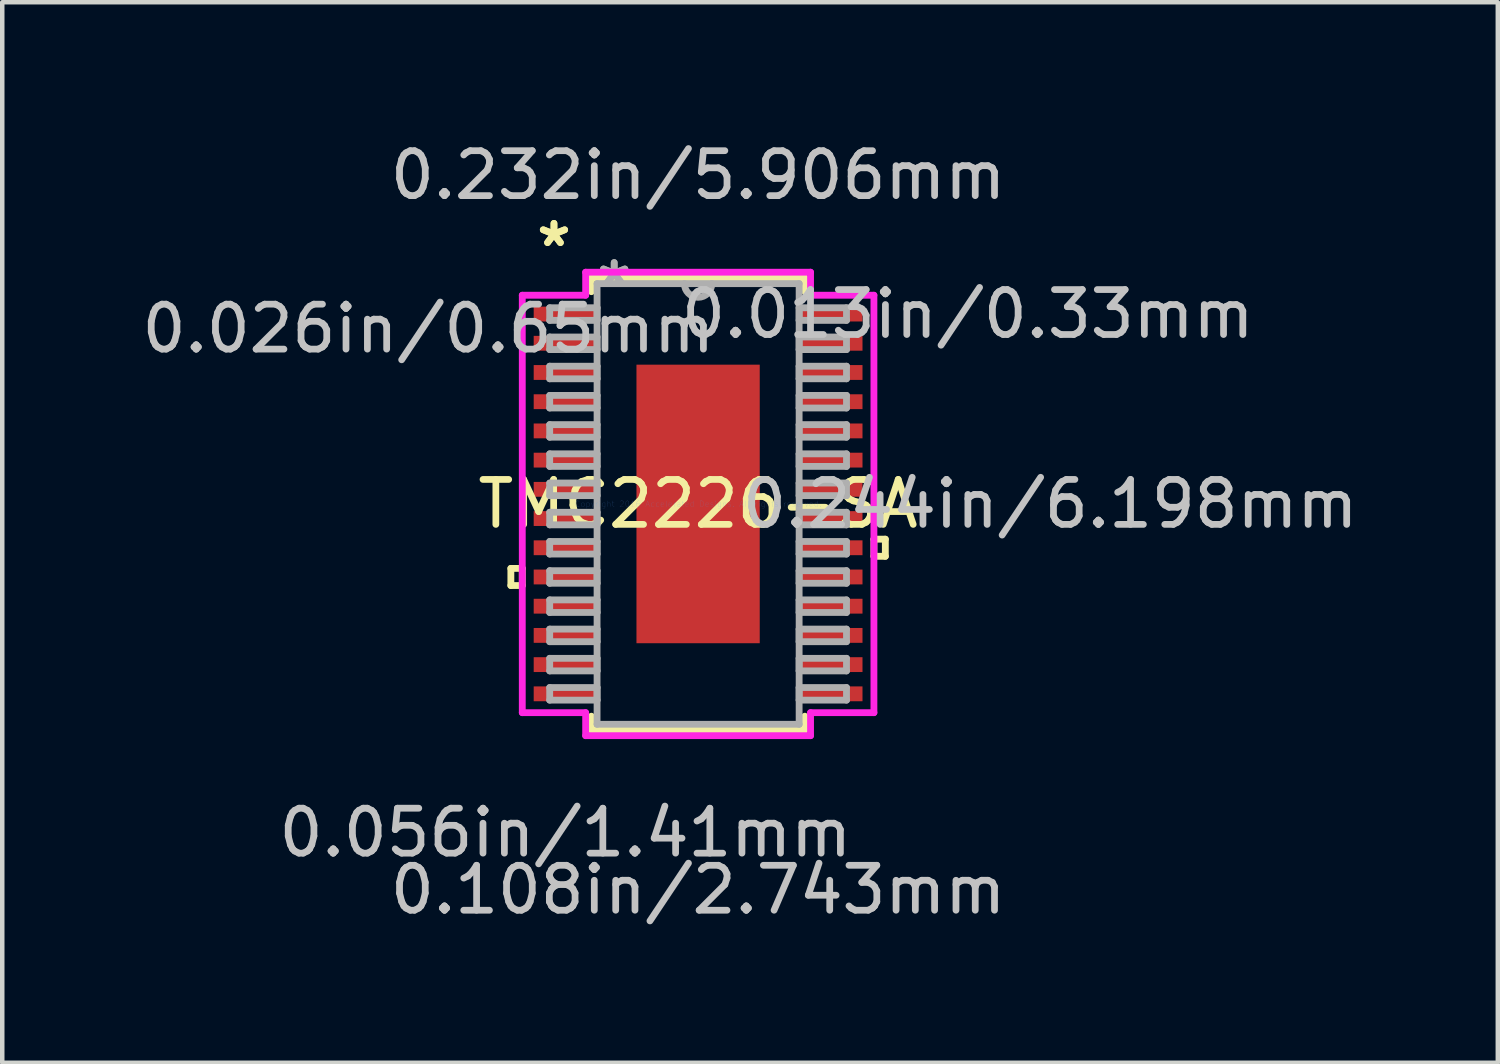
<source format=kicad_pcb>
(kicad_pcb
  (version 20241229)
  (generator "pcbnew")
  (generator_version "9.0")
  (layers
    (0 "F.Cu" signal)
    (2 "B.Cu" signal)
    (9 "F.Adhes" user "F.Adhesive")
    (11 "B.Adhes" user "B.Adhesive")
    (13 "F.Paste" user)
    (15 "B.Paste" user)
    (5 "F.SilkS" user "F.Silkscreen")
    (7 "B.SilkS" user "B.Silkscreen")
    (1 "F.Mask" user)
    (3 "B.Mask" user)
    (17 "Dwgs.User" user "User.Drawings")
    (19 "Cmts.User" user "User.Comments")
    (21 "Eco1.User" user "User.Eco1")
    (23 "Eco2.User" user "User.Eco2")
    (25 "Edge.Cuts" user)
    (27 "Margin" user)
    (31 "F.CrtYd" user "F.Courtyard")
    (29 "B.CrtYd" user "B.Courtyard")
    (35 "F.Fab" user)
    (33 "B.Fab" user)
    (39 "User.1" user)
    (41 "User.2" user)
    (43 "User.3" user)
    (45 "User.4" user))
  (footprint "TMC2226-SA"
    (layer "F.Cu")
    (at 12.483 8.163)
    (property "Reference" "TMC2226-SA" (at 0 0 0) (layer "F.SilkS") (effects (font (size 1 1) (thickness 0.15))))
    (attr through_hole)
    (fp_line (start -4.166 1.434) (end -4.166 1.815) (stroke (width 0.152) (type solid)) (layer "F.SilkS"))
    (fp_line (start -4.166 1.815) (end -3.912 1.815) (stroke (width 0.152) (type solid)) (layer "F.SilkS"))
    (fp_line (start -3.912 1.434) (end -4.166 1.434) (stroke (width 0.152) (type solid)) (layer "F.SilkS"))
    (fp_line (start -3.912 1.815) (end -3.912 1.434) (stroke (width 0.152) (type solid)) (layer "F.SilkS"))
    (fp_line (start -2.375 -5.029) (end -2.375 -4.723) (stroke (width 0.152) (type solid)) (layer "F.SilkS"))
    (fp_line (start -2.375 4.723) (end -2.375 5.029) (stroke (width 0.152) (type solid)) (layer "F.SilkS"))
    (fp_line (start -2.375 5.029) (end 2.375 5.029) (stroke (width 0.152) (type solid)) (layer "F.SilkS"))
    (fp_line (start 2.375 -5.029) (end -2.375 -5.029) (stroke (width 0.152) (type solid)) (layer "F.SilkS"))
    (fp_line (start 2.375 -4.723) (end 2.375 -5.029) (stroke (width 0.152) (type solid)) (layer "F.SilkS"))
    (fp_line (start 2.375 5.029) (end 2.375 4.723) (stroke (width 0.152) (type solid)) (layer "F.SilkS"))
    (fp_line (start 3.912 0.784) (end 4.166 0.784) (stroke (width 0.152) (type solid)) (layer "F.SilkS"))
    (fp_line (start 3.912 1.165) (end 3.912 0.784) (stroke (width 0.152) (type solid)) (layer "F.SilkS"))
    (fp_line (start 4.166 0.784) (end 4.166 1.165) (stroke (width 0.152) (type solid)) (layer "F.SilkS"))
    (fp_line (start 4.166 1.165) (end 3.912 1.165) (stroke (width 0.152) (type solid)) (layer "F.SilkS"))
    (fp_line (start -1.272 -2.999) (end -1.272 -1.649) (stroke (width 0.152) (type solid)) (layer "F.Paste"))
    (fp_line (start -1.272 -1.649) (end -0.1 -1.649) (stroke (width 0.152) (type solid)) (layer "F.Paste"))
    (fp_line (start -1.272 -1.449) (end -1.272 -0.1) (stroke (width 0.152) (type solid)) (layer "F.Paste"))
    (fp_line (start -1.272 -0.1) (end -0.1 -0.1) (stroke (width 0.152) (type solid)) (layer "F.Paste"))
    (fp_line (start -1.272 0.1) (end -1.272 1.449) (stroke (width 0.152) (type solid)) (layer "F.Paste"))
    (fp_line (start -1.272 1.449) (end -0.1 1.449) (stroke (width 0.152) (type solid)) (layer "F.Paste"))
    (fp_line (start -1.272 1.649) (end -1.272 2.999) (stroke (width 0.152) (type solid)) (layer "F.Paste"))
    (fp_line (start -1.272 2.999) (end -0.1 2.999) (stroke (width 0.152) (type solid)) (layer "F.Paste"))
    (fp_line (start -0.1 -2.999) (end -1.272 -2.999) (stroke (width 0.152) (type solid)) (layer "F.Paste"))
    (fp_line (start -0.1 -1.649) (end -0.1 -2.999) (stroke (width 0.152) (type solid)) (layer "F.Paste"))
    (fp_line (start -0.1 -1.449) (end -1.272 -1.449) (stroke (width 0.152) (type solid)) (layer "F.Paste"))
    (fp_line (start -0.1 -0.1) (end -0.1 -1.449) (stroke (width 0.152) (type solid)) (layer "F.Paste"))
    (fp_line (start -0.1 0.1) (end -1.272 0.1) (stroke (width 0.152) (type solid)) (layer "F.Paste"))
    (fp_line (start -0.1 1.449) (end -0.1 0.1) (stroke (width 0.152) (type solid)) (layer "F.Paste"))
    (fp_line (start -0.1 1.649) (end -1.272 1.649) (stroke (width 0.152) (type solid)) (layer "F.Paste"))
    (fp_line (start -0.1 2.999) (end -0.1 1.649) (stroke (width 0.152) (type solid)) (layer "F.Paste"))
    (fp_line (start 0.1 -2.999) (end 0.1 -1.649) (stroke (width 0.152) (type solid)) (layer "F.Paste"))
    (fp_line (start 0.1 -1.649) (end 1.272 -1.649) (stroke (width 0.152) (type solid)) (layer "F.Paste"))
    (fp_line (start 0.1 -1.449) (end 0.1 -0.1) (stroke (width 0.152) (type solid)) (layer "F.Paste"))
    (fp_line (start 0.1 -0.1) (end 1.272 -0.1) (stroke (width 0.152) (type solid)) (layer "F.Paste"))
    (fp_line (start 0.1 0.1) (end 0.1 1.449) (stroke (width 0.152) (type solid)) (layer "F.Paste"))
    (fp_line (start 0.1 1.449) (end 1.272 1.449) (stroke (width 0.152) (type solid)) (layer "F.Paste"))
    (fp_line (start 0.1 1.649) (end 0.1 2.999) (stroke (width 0.152) (type solid)) (layer "F.Paste"))
    (fp_line (start 0.1 2.999) (end 1.272 2.999) (stroke (width 0.152) (type solid)) (layer "F.Paste"))
    (fp_line (start 1.272 -2.999) (end 0.1 -2.999) (stroke (width 0.152) (type solid)) (layer "F.Paste"))
    (fp_line (start 1.272 -1.649) (end 1.272 -2.999) (stroke (width 0.152) (type solid)) (layer "F.Paste"))
    (fp_line (start 1.272 -1.449) (end 0.1 -1.449) (stroke (width 0.152) (type solid)) (layer "F.Paste"))
    (fp_line (start 1.272 -0.1) (end 1.272 -1.449) (stroke (width 0.152) (type solid)) (layer "F.Paste"))
    (fp_line (start 1.272 0.1) (end 0.1 0.1) (stroke (width 0.152) (type solid)) (layer "F.Paste"))
    (fp_line (start 1.272 1.449) (end 1.272 0.1) (stroke (width 0.152) (type solid)) (layer "F.Paste"))
    (fp_line (start 1.272 1.649) (end 0.1 1.649) (stroke (width 0.152) (type solid)) (layer "F.Paste"))
    (fp_line (start 1.272 2.999) (end 1.272 1.649) (stroke (width 0.152) (type solid)) (layer "F.Paste"))
    (fp_line (start -3.912 -4.644) (end -2.502 -4.644) (stroke (width 0.152) (type solid)) (layer "F.CrtYd"))
    (fp_line (start -3.912 4.644) (end -3.912 -4.644) (stroke (width 0.152) (type solid)) (layer "F.CrtYd"))
    (fp_line (start -2.502 -5.156) (end 2.502 -5.156) (stroke (width 0.152) (type solid)) (layer "F.CrtYd"))
    (fp_line (start -2.502 -4.644) (end -2.502 -5.156) (stroke (width 0.152) (type solid)) (layer "F.CrtYd"))
    (fp_line (start -2.502 4.644) (end -3.912 4.644) (stroke (width 0.152) (type solid)) (layer "F.CrtYd"))
    (fp_line (start -2.502 5.156) (end -2.502 4.644) (stroke (width 0.152) (type solid)) (layer "F.CrtYd"))
    (fp_line (start 2.502 -5.156) (end 2.502 -4.644) (stroke (width 0.152) (type solid)) (layer "F.CrtYd"))
    (fp_line (start 2.502 -4.644) (end 3.912 -4.644) (stroke (width 0.152) (type solid)) (layer "F.CrtYd"))
    (fp_line (start 2.502 4.644) (end 2.502 5.156) (stroke (width 0.152) (type solid)) (layer "F.CrtYd"))
    (fp_line (start 2.502 5.156) (end -2.502 5.156) (stroke (width 0.152) (type solid)) (layer "F.CrtYd"))
    (fp_line (start 3.912 -4.644) (end 3.912 4.644) (stroke (width 0.152) (type solid)) (layer "F.CrtYd"))
    (fp_line (start 3.912 4.644) (end 2.502 4.644) (stroke (width 0.152) (type solid)) (layer "F.CrtYd"))
    (fp_line (start -3.302 -4.365) (end -3.302 -4.085) (stroke (width 0.152) (type solid)) (layer "F.Fab"))
    (fp_line (start -3.302 -4.085) (end -2.248 -4.085) (stroke (width 0.152) (type solid)) (layer "F.Fab"))
    (fp_line (start -3.302 -3.715) (end -3.302 -3.435) (stroke (width 0.152) (type solid)) (layer "F.Fab"))
    (fp_line (start -3.302 -3.435) (end -2.248 -3.435) (stroke (width 0.152) (type solid)) (layer "F.Fab"))
    (fp_line (start -3.302 -3.065) (end -3.302 -2.785) (stroke (width 0.152) (type solid)) (layer "F.Fab"))
    (fp_line (start -3.302 -2.785) (end -2.248 -2.785) (stroke (width 0.152) (type solid)) (layer "F.Fab"))
    (fp_line (start -3.302 -2.415) (end -3.302 -2.135) (stroke (width 0.152) (type solid)) (layer "F.Fab"))
    (fp_line (start -3.302 -2.135) (end -2.248 -2.135) (stroke (width 0.152) (type solid)) (layer "F.Fab"))
    (fp_line (start -3.302 -1.765) (end -3.302 -1.485) (stroke (width 0.152) (type solid)) (layer "F.Fab"))
    (fp_line (start -3.302 -1.485) (end -2.248 -1.485) (stroke (width 0.152) (type solid)) (layer "F.Fab"))
    (fp_line (start -3.302 -1.115) (end -3.302 -0.835) (stroke (width 0.152) (type solid)) (layer "F.Fab"))
    (fp_line (start -3.302 -0.835) (end -2.248 -0.835) (stroke (width 0.152) (type solid)) (layer "F.Fab"))
    (fp_line (start -3.302 -0.465) (end -3.302 -0.185) (stroke (width 0.152) (type solid)) (layer "F.Fab"))
    (fp_line (start -3.302 -0.185) (end -2.248 -0.185) (stroke (width 0.152) (type solid)) (layer "F.Fab"))
    (fp_line (start -3.302 0.185) (end -3.302 0.465) (stroke (width 0.152) (type solid)) (layer "F.Fab"))
    (fp_line (start -3.302 0.465) (end -2.248 0.465) (stroke (width 0.152) (type solid)) (layer "F.Fab"))
    (fp_line (start -3.302 0.835) (end -3.302 1.115) (stroke (width 0.152) (type solid)) (layer "F.Fab"))
    (fp_line (start -3.302 1.115) (end -2.248 1.115) (stroke (width 0.152) (type solid)) (layer "F.Fab"))
    (fp_line (start -3.302 1.485) (end -3.302 1.765) (stroke (width 0.152) (type solid)) (layer "F.Fab"))
    (fp_line (start -3.302 1.765) (end -2.248 1.765) (stroke (width 0.152) (type solid)) (layer "F.Fab"))
    (fp_line (start -3.302 2.135) (end -3.302 2.415) (stroke (width 0.152) (type solid)) (layer "F.Fab"))
    (fp_line (start -3.302 2.415) (end -2.248 2.415) (stroke (width 0.152) (type solid)) (layer "F.Fab"))
    (fp_line (start -3.302 2.785) (end -3.302 3.065) (stroke (width 0.152) (type solid)) (layer "F.Fab"))
    (fp_line (start -3.302 3.065) (end -2.248 3.065) (stroke (width 0.152) (type solid)) (layer "F.Fab"))
    (fp_line (start -3.302 3.435) (end -3.302 3.715) (stroke (width 0.152) (type solid)) (layer "F.Fab"))
    (fp_line (start -3.302 3.715) (end -2.248 3.715) (stroke (width 0.152) (type solid)) (layer "F.Fab"))
    (fp_line (start -3.302 4.085) (end -3.302 4.365) (stroke (width 0.152) (type solid)) (layer "F.Fab"))
    (fp_line (start -3.302 4.365) (end -2.248 4.365) (stroke (width 0.152) (type solid)) (layer "F.Fab"))
    (fp_line (start -2.248 -4.902) (end -2.248 4.902) (stroke (width 0.152) (type solid)) (layer "F.Fab"))
    (fp_line (start -2.248 -4.365) (end -3.302 -4.365) (stroke (width 0.152) (type solid)) (layer "F.Fab"))
    (fp_line (start -2.248 -4.085) (end -2.248 -4.365) (stroke (width 0.152) (type solid)) (layer "F.Fab"))
    (fp_line (start -2.248 -3.715) (end -3.302 -3.715) (stroke (width 0.152) (type solid)) (layer "F.Fab"))
    (fp_line (start -2.248 -3.435) (end -2.248 -3.715) (stroke (width 0.152) (type solid)) (layer "F.Fab"))
    (fp_line (start -2.248 -3.065) (end -3.302 -3.065) (stroke (width 0.152) (type solid)) (layer "F.Fab"))
    (fp_line (start -2.248 -2.785) (end -2.248 -3.065) (stroke (width 0.152) (type solid)) (layer "F.Fab"))
    (fp_line (start -2.248 -2.415) (end -3.302 -2.415) (stroke (width 0.152) (type solid)) (layer "F.Fab"))
    (fp_line (start -2.248 -2.135) (end -2.248 -2.415) (stroke (width 0.152) (type solid)) (layer "F.Fab"))
    (fp_line (start -2.248 -1.765) (end -3.302 -1.765) (stroke (width 0.152) (type solid)) (layer "F.Fab"))
    (fp_line (start -2.248 -1.485) (end -2.248 -1.765) (stroke (width 0.152) (type solid)) (layer "F.Fab"))
    (fp_line (start -2.248 -1.115) (end -3.302 -1.115) (stroke (width 0.152) (type solid)) (layer "F.Fab"))
    (fp_line (start -2.248 -0.835) (end -2.248 -1.115) (stroke (width 0.152) (type solid)) (layer "F.Fab"))
    (fp_line (start -2.248 -0.465) (end -3.302 -0.465) (stroke (width 0.152) (type solid)) (layer "F.Fab"))
    (fp_line (start -2.248 -0.185) (end -2.248 -0.465) (stroke (width 0.152) (type solid)) (layer "F.Fab"))
    (fp_line (start -2.248 0.185) (end -3.302 0.185) (stroke (width 0.152) (type solid)) (layer "F.Fab"))
    (fp_line (start -2.248 0.465) (end -2.248 0.185) (stroke (width 0.152) (type solid)) (layer "F.Fab"))
    (fp_line (start -2.248 0.835) (end -3.302 0.835) (stroke (width 0.152) (type solid)) (layer "F.Fab"))
    (fp_line (start -2.248 1.115) (end -2.248 0.835) (stroke (width 0.152) (type solid)) (layer "F.Fab"))
    (fp_line (start -2.248 1.485) (end -3.302 1.485) (stroke (width 0.152) (type solid)) (layer "F.Fab"))
    (fp_line (start -2.248 1.765) (end -2.248 1.485) (stroke (width 0.152) (type solid)) (layer "F.Fab"))
    (fp_line (start -2.248 2.135) (end -3.302 2.135) (stroke (width 0.152) (type solid)) (layer "F.Fab"))
    (fp_line (start -2.248 2.415) (end -2.248 2.135) (stroke (width 0.152) (type solid)) (layer "F.Fab"))
    (fp_line (start -2.248 2.785) (end -3.302 2.785) (stroke (width 0.152) (type solid)) (layer "F.Fab"))
    (fp_line (start -2.248 3.065) (end -2.248 2.785) (stroke (width 0.152) (type solid)) (layer "F.Fab"))
    (fp_line (start -2.248 3.435) (end -3.302 3.435) (stroke (width 0.152) (type solid)) (layer "F.Fab"))
    (fp_line (start -2.248 3.715) (end -2.248 3.435) (stroke (width 0.152) (type solid)) (layer "F.Fab"))
    (fp_line (start -2.248 4.085) (end -3.302 4.085) (stroke (width 0.152) (type solid)) (layer "F.Fab"))
    (fp_line (start -2.248 4.365) (end -2.248 4.085) (stroke (width 0.152) (type solid)) (layer "F.Fab"))
    (fp_line (start -2.248 4.902) (end 2.248 4.902) (stroke (width 0.152) (type solid)) (layer "F.Fab"))
    (fp_line (start 2.248 -4.902) (end -2.248 -4.902) (stroke (width 0.152) (type solid)) (layer "F.Fab"))
    (fp_line (start 2.248 -4.365) (end 2.248 -4.085) (stroke (width 0.152) (type solid)) (layer "F.Fab"))
    (fp_line (start 2.248 -4.085) (end 3.302 -4.085) (stroke (width 0.152) (type solid)) (layer "F.Fab"))
    (fp_line (start 2.248 -3.715) (end 2.248 -3.435) (stroke (width 0.152) (type solid)) (layer "F.Fab"))
    (fp_line (start 2.248 -3.435) (end 3.302 -3.435) (stroke (width 0.152) (type solid)) (layer "F.Fab"))
    (fp_line (start 2.248 -3.065) (end 2.248 -2.785) (stroke (width 0.152) (type solid)) (layer "F.Fab"))
    (fp_line (start 2.248 -2.785) (end 3.302 -2.785) (stroke (width 0.152) (type solid)) (layer "F.Fab"))
    (fp_line (start 2.248 -2.415) (end 2.248 -2.135) (stroke (width 0.152) (type solid)) (layer "F.Fab"))
    (fp_line (start 2.248 -2.135) (end 3.302 -2.135) (stroke (width 0.152) (type solid)) (layer "F.Fab"))
    (fp_line (start 2.248 -1.765) (end 2.248 -1.485) (stroke (width 0.152) (type solid)) (layer "F.Fab"))
    (fp_line (start 2.248 -1.485) (end 3.302 -1.485) (stroke (width 0.152) (type solid)) (layer "F.Fab"))
    (fp_line (start 2.248 -1.115) (end 2.248 -0.835) (stroke (width 0.152) (type solid)) (layer "F.Fab"))
    (fp_line (start 2.248 -0.835) (end 3.302 -0.835) (stroke (width 0.152) (type solid)) (layer "F.Fab"))
    (fp_line (start 2.248 -0.465) (end 2.248 -0.185) (stroke (width 0.152) (type solid)) (layer "F.Fab"))
    (fp_line (start 2.248 -0.185) (end 3.302 -0.185) (stroke (width 0.152) (type solid)) (layer "F.Fab"))
    (fp_line (start 2.248 0.185) (end 2.248 0.465) (stroke (width 0.152) (type solid)) (layer "F.Fab"))
    (fp_line (start 2.248 0.465) (end 3.302 0.465) (stroke (width 0.152) (type solid)) (layer "F.Fab"))
    (fp_line (start 2.248 0.835) (end 2.248 1.115) (stroke (width 0.152) (type solid)) (layer "F.Fab"))
    (fp_line (start 2.248 1.115) (end 3.302 1.115) (stroke (width 0.152) (type solid)) (layer "F.Fab"))
    (fp_line (start 2.248 1.485) (end 2.248 1.765) (stroke (width 0.152) (type solid)) (layer "F.Fab"))
    (fp_line (start 2.248 1.765) (end 3.302 1.765) (stroke (width 0.152) (type solid)) (layer "F.Fab"))
    (fp_line (start 2.248 2.135) (end 2.248 2.415) (stroke (width 0.152) (type solid)) (layer "F.Fab"))
    (fp_line (start 2.248 2.415) (end 3.302 2.415) (stroke (width 0.152) (type solid)) (layer "F.Fab"))
    (fp_line (start 2.248 2.785) (end 2.248 3.065) (stroke (width 0.152) (type solid)) (layer "F.Fab"))
    (fp_line (start 2.248 3.065) (end 3.302 3.065) (stroke (width 0.152) (type solid)) (layer "F.Fab"))
    (fp_line (start 2.248 3.435) (end 2.248 3.715) (stroke (width 0.152) (type solid)) (layer "F.Fab"))
    (fp_line (start 2.248 3.715) (end 3.302 3.715) (stroke (width 0.152) (type solid)) (layer "F.Fab"))
    (fp_line (start 2.248 4.085) (end 2.248 4.365) (stroke (width 0.152) (type solid)) (layer "F.Fab"))
    (fp_line (start 2.248 4.365) (end 3.302 4.365) (stroke (width 0.152) (type solid)) (layer "F.Fab"))
    (fp_line (start 2.248 4.902) (end 2.248 -4.902) (stroke (width 0.152) (type solid)) (layer "F.Fab"))
    (fp_line (start 3.302 -4.365) (end 2.248 -4.365) (stroke (width 0.152) (type solid)) (layer "F.Fab"))
    (fp_line (start 3.302 -4.085) (end 3.302 -4.365) (stroke (width 0.152) (type solid)) (layer "F.Fab"))
    (fp_line (start 3.302 -3.715) (end 2.248 -3.715) (stroke (width 0.152) (type solid)) (layer "F.Fab"))
    (fp_line (start 3.302 -3.435) (end 3.302 -3.715) (stroke (width 0.152) (type solid)) (layer "F.Fab"))
    (fp_line (start 3.302 -3.065) (end 2.248 -3.065) (stroke (width 0.152) (type solid)) (layer "F.Fab"))
    (fp_line (start 3.302 -2.785) (end 3.302 -3.065) (stroke (width 0.152) (type solid)) (layer "F.Fab"))
    (fp_line (start 3.302 -2.415) (end 2.248 -2.415) (stroke (width 0.152) (type solid)) (layer "F.Fab"))
    (fp_line (start 3.302 -2.135) (end 3.302 -2.415) (stroke (width 0.152) (type solid)) (layer "F.Fab"))
    (fp_line (start 3.302 -1.765) (end 2.248 -1.765) (stroke (width 0.152) (type solid)) (layer "F.Fab"))
    (fp_line (start 3.302 -1.485) (end 3.302 -1.765) (stroke (width 0.152) (type solid)) (layer "F.Fab"))
    (fp_line (start 3.302 -1.115) (end 2.248 -1.115) (stroke (width 0.152) (type solid)) (layer "F.Fab"))
    (fp_line (start 3.302 -0.835) (end 3.302 -1.115) (stroke (width 0.152) (type solid)) (layer "F.Fab"))
    (fp_line (start 3.302 -0.465) (end 2.248 -0.465) (stroke (width 0.152) (type solid)) (layer "F.Fab"))
    (fp_line (start 3.302 -0.185) (end 3.302 -0.465) (stroke (width 0.152) (type solid)) (layer "F.Fab"))
    (fp_line (start 3.302 0.185) (end 2.248 0.185) (stroke (width 0.152) (type solid)) (layer "F.Fab"))
    (fp_line (start 3.302 0.465) (end 3.302 0.185) (stroke (width 0.152) (type solid)) (layer "F.Fab"))
    (fp_line (start 3.302 0.835) (end 2.248 0.835) (stroke (width 0.152) (type solid)) (layer "F.Fab"))
    (fp_line (start 3.302 1.115) (end 3.302 0.835) (stroke (width 0.152) (type solid)) (layer "F.Fab"))
    (fp_line (start 3.302 1.485) (end 2.248 1.485) (stroke (width 0.152) (type solid)) (layer "F.Fab"))
    (fp_line (start 3.302 1.765) (end 3.302 1.485) (stroke (width 0.152) (type solid)) (layer "F.Fab"))
    (fp_line (start 3.302 2.135) (end 2.248 2.135) (stroke (width 0.152) (type solid)) (layer "F.Fab"))
    (fp_line (start 3.302 2.415) (end 3.302 2.135) (stroke (width 0.152) (type solid)) (layer "F.Fab"))
    (fp_line (start 3.302 2.785) (end 2.248 2.785) (stroke (width 0.152) (type solid)) (layer "F.Fab"))
    (fp_line (start 3.302 3.065) (end 3.302 2.785) (stroke (width 0.152) (type solid)) (layer "F.Fab"))
    (fp_line (start 3.302 3.435) (end 2.248 3.435) (stroke (width 0.152) (type solid)) (layer "F.Fab"))
    (fp_line (start 3.302 3.715) (end 3.302 3.435) (stroke (width 0.152) (type solid)) (layer "F.Fab"))
    (fp_line (start 3.302 4.085) (end 2.248 4.085) (stroke (width 0.152) (type solid)) (layer "F.Fab"))
    (fp_line (start 3.302 4.365) (end 3.302 4.085) (stroke (width 0.152) (type solid)) (layer "F.Fab"))
    (fp_arc (start 0.3048 -4.9022) (mid 0 -4.5974) (end -0.3048 -4.9022) (stroke (width 0.1524) (type solid)) (layer "F.Fab"))
    (fp_text user "*" (at -3.207 -5.698 0) (layer "F.SilkS") (effects (font (size 1 1) (thickness 0.15))))
    (fp_text user "*" (at -3.207 -5.698 0) (layer "F.SilkS") (effects (font (size 1 1) (thickness 0.15))))
    (fp_text user "0.013in/0.33mm" (at 6.001 -4.225 0) (layer "Dwgs.User") (effects (font (size 1 1) (thickness 0.15))))
    (fp_text user "0.108in/2.743mm" (at 0 8.585 0) (layer "Dwgs.User") (effects (font (size 1 1) (thickness 0.15))))
    (fp_text user "0.056in/1.41mm" (at -2.953 7.315 0) (layer "Dwgs.User") (effects (font (size 1 1) (thickness 0.15))))
    (fp_text user "0.232in/5.906mm" (at 0 -7.315 0) (layer "Dwgs.User") (effects (font (size 1 1) (thickness 0.15))))
    (fp_text user "0.026in/0.65mm" (at -6.001 -3.9 0) (layer "Dwgs.User") (effects (font (size 1 1) (thickness 0.15))))
    (fp_text user "0.244in/6.198mm" (at 7.836 0 0) (layer "Dwgs.User") (effects (font (size 1 1) (thickness 0.15))))
    (fp_text user "Copyright 2016 Accelerated Designs. All rights reserved." (at 0 0 0) (layer "Cmts.User") (effects (font (size 0.127 0.127) (thickness 0.002))))
    (fp_text user "*" (at -1.867 -4.826 0) (layer "F.Fab") (effects (font (size 1 1) (thickness 0.15))))
    (fp_text user "*" (at -1.867 -4.826 0) (layer "F.Fab") (effects (font (size 1 1) (thickness 0.15))))
    (pad "1" smd rect (at -2.953 -4.225) (size 1.41 0.33) (layers "F.Cu" "F.Mask" "F.Paste"))
    (pad "2" smd rect (at -2.953 -3.575) (size 1.41 0.33) (layers "F.Cu" "F.Mask" "F.Paste"))
    (pad "3" smd rect (at -2.953 -2.925) (size 1.41 0.33) (layers "F.Cu" "F.Mask" "F.Paste"))
    (pad "4" smd rect (at -2.953 -2.275) (size 1.41 0.33) (layers "F.Cu" "F.Mask" "F.Paste"))
    (pad "5" smd rect (at -2.953 -1.625) (size 1.41 0.33) (layers "F.Cu" "F.Mask" "F.Paste"))
    (pad "6" smd rect (at -2.953 -0.975) (size 1.41 0.33) (layers "F.Cu" "F.Mask" "F.Paste"))
    (pad "7" smd rect (at -2.953 -0.325) (size 1.41 0.33) (layers "F.Cu" "F.Mask" "F.Paste"))
    (pad "8" smd rect (at -2.953 0.325) (size 1.41 0.33) (layers "F.Cu" "F.Mask" "F.Paste"))
    (pad "9" smd rect (at -2.953 0.975) (size 1.41 0.33) (layers "F.Cu" "F.Mask" "F.Paste"))
    (pad "10" smd rect (at -2.953 1.625) (size 1.41 0.33) (layers "F.Cu" "F.Mask" "F.Paste"))
    (pad "11" smd rect (at -2.953 2.275) (size 1.41 0.33) (layers "F.Cu" "F.Mask" "F.Paste"))
    (pad "12" smd rect (at -2.953 2.925) (size 1.41 0.33) (layers "F.Cu" "F.Mask" "F.Paste"))
    (pad "13" smd rect (at -2.953 3.575) (size 1.41 0.33) (layers "F.Cu" "F.Mask" "F.Paste"))
    (pad "14" smd rect (at -2.953 4.225) (size 1.41 0.33) (layers "F.Cu" "F.Mask" "F.Paste"))
    (pad "15" smd rect (at 2.953 4.225) (size 1.41 0.33) (layers "F.Cu" "F.Mask" "F.Paste"))
    (pad "16" smd rect (at 2.953 3.575) (size 1.41 0.33) (layers "F.Cu" "F.Mask" "F.Paste"))
    (pad "17" smd rect (at 2.953 2.925) (size 1.41 0.33) (layers "F.Cu" "F.Mask" "F.Paste"))
    (pad "18" smd rect (at 2.953 2.275) (size 1.41 0.33) (layers "F.Cu" "F.Mask" "F.Paste"))
    (pad "19" smd rect (at 2.953 1.625) (size 1.41 0.33) (layers "F.Cu" "F.Mask" "F.Paste"))
    (pad "20" smd rect (at 2.953 0.975) (size 1.41 0.33) (layers "F.Cu" "F.Mask" "F.Paste"))
    (pad "21" smd rect (at 2.953 0.325) (size 1.41 0.33) (layers "F.Cu" "F.Mask" "F.Paste"))
    (pad "22" smd rect (at 2.953 -0.325) (size 1.41 0.33) (layers "F.Cu" "F.Mask" "F.Paste"))
    (pad "23" smd rect (at 2.953 -0.975) (size 1.41 0.33) (layers "F.Cu" "F.Mask" "F.Paste"))
    (pad "24" smd rect (at 2.953 -1.625) (size 1.41 0.33) (layers "F.Cu" "F.Mask" "F.Paste"))
    (pad "25" smd rect (at 2.953 -2.275) (size 1.41 0.33) (layers "F.Cu" "F.Mask" "F.Paste"))
    (pad "26" smd rect (at 2.953 -2.925) (size 1.41 0.33) (layers "F.Cu" "F.Mask" "F.Paste"))
    (pad "27" smd rect (at 2.953 -3.575) (size 1.41 0.33) (layers "F.Cu" "F.Mask" "F.Paste"))
    (pad "28" smd rect (at 2.953 -4.225) (size 1.41 0.33) (layers "F.Cu" "F.Mask" "F.Paste"))
    (pad "EPAD" smd rect (at 0 0) (size 2.743 6.198) (layers "F.Cu" "F.Mask" "F.Paste")))
  (gr_rect
    (start -3 -3)
    (end 30.277 20.597)
    (stroke (width 0.1) (type default))
    (fill no)
    (layer "Edge.Cuts")))
</source>
